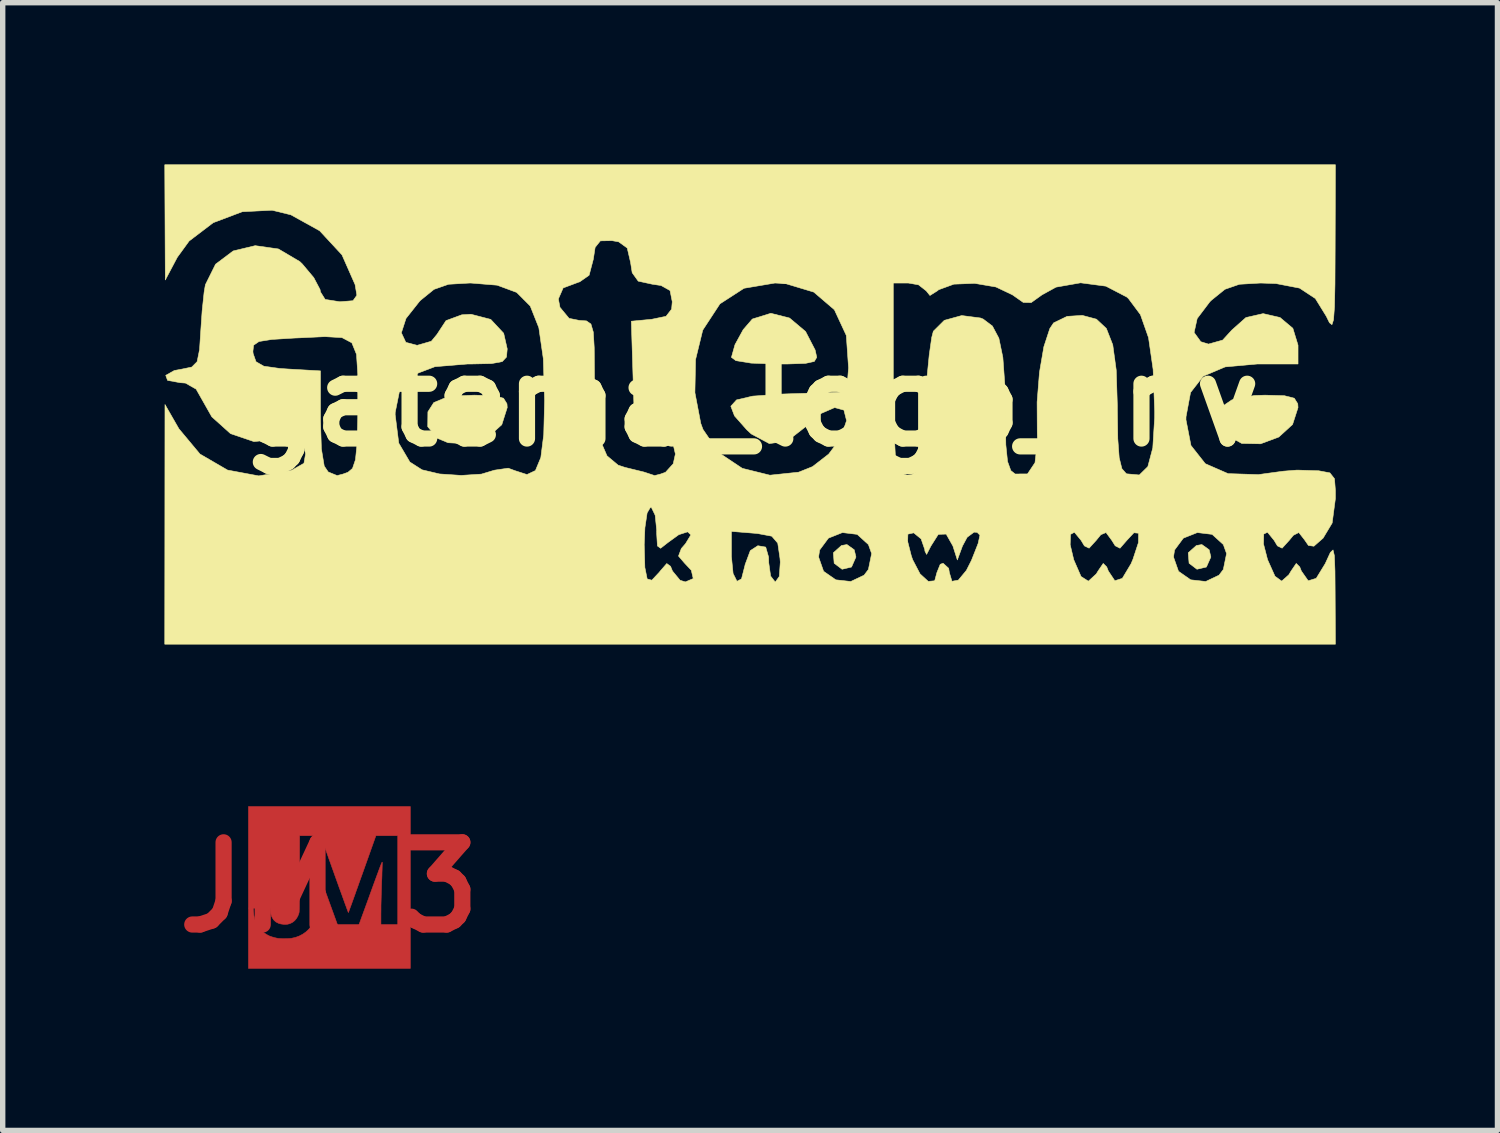
<source format=kicad_pcb>
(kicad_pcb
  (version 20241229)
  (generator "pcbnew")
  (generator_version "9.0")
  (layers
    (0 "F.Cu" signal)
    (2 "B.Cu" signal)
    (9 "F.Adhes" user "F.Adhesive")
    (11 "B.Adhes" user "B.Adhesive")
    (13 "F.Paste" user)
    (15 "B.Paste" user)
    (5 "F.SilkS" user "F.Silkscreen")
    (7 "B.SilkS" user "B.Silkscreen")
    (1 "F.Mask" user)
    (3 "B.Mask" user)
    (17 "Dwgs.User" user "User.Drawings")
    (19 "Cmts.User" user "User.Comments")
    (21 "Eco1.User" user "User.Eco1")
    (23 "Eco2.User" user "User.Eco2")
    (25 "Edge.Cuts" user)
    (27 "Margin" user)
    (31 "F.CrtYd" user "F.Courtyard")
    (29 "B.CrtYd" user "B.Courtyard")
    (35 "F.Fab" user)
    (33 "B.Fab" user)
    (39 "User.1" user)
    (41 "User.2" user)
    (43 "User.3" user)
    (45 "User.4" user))
  (footprint "gatema_logo_inv"
    (layer "F.Cu")
    (at 10.858 4.392)
    (property "Reference" "gatema_logo_inv" (at 0 0 0) (layer "F.SilkS") (effects (font (size 1.524 1.524) (thickness 0.3))))
    (attr through_hole)
    (fp_poly (pts (xy 1.931 2.752) (xy 1.963 2.886) (xy 1.881 3.072) (xy 1.706 3.113) (xy 1.559 3.002) (xy 1.544 2.808) (xy 1.694 2.673) (xy 1.796 2.655) (xy 1.931 2.752)) (stroke (width 0.01) (type solid)) (fill yes) (layer "F.SilkS"))
    (fp_poly (pts (xy 8.512 2.752) (xy 8.544 2.886) (xy 8.461 3.072) (xy 8.286 3.113) (xy 8.14 3.002) (xy 8.124 2.808) (xy 8.275 2.673) (xy 8.377 2.655) (xy 8.512 2.752)) (stroke (width 0.01) (type solid)) (fill yes) (layer "F.SilkS"))
    (fp_poly (pts (xy 9.907 -0.105) (xy 10.091 -0.058) (xy 10.155 0.045) (xy 10.16 0.115) (xy 10.059 0.428) (xy 9.804 0.661) (xy 9.466 0.787) (xy 9.116 0.78) (xy 8.841 0.627) (xy 8.663 0.356) (xy 8.699 0.132) (xy 8.934 -0.028) (xy 9.352 -0.109) (xy 9.548 -0.115) (xy 9.907 -0.105)) (stroke (width 0.01) (type solid)) (fill yes) (layer "F.SilkS"))
    (fp_poly (pts (xy -4.756 -0.105) (xy -4.572 -0.058) (xy -4.508 0.045) (xy -4.503 0.115) (xy -4.604 0.433) (xy -4.864 0.667) (xy -5.218 0.788) (xy -5.6 0.767) (xy -5.802 0.683) (xy -5.977 0.469) (xy -5.974 0.194) (xy -5.865 0.023) (xy -5.677 -0.056) (xy -5.347 -0.106) (xy -5.115 -0.115) (xy -4.756 -0.105)) (stroke (width 0.01) (type solid)) (fill yes) (layer "F.SilkS"))
    (fp_poly (pts (xy 0.732 -1.545) (xy 1.029 -1.295) (xy 1.206 -0.953) (xy 1.236 -0.817) (xy 1.191 -0.74) (xy 1.026 -0.704) (xy 0.698 -0.693) (xy 0.47 -0.693) (xy 0.019 -0.709) (xy -0.263 -0.755) (xy -0.346 -0.816) (xy -0.28 -1.051) (xy -0.128 -1.329) (xy 0.039 -1.523) (xy 0.046 -1.528) (xy 0.385 -1.633) (xy 0.732 -1.545)) (stroke (width 0.01) (type solid)) (fill yes) (layer "F.SilkS"))
    (fp_poly (pts (xy 10.848 -2.8) (xy 10.845 -2.175) (xy 10.836 -1.754) (xy 10.818 -1.512) (xy 10.789 -1.422) (xy 10.743 -1.458) (xy 10.684 -1.578) (xy 10.481 -1.907) (xy 10.188 -2.1) (xy 9.753 -2.184) (xy 9.466 -2.194) (xy 9.073 -2.171) (xy 8.805 -2.078) (xy 8.554 -1.875) (xy 8.526 -1.848) (xy 8.29 -1.536) (xy 8.233 -1.277) (xy 8.357 -1.106) (xy 8.499 -1.062) (xy 8.763 -1.136) (xy 8.933 -1.322) (xy 9.194 -1.554) (xy 9.513 -1.627) (xy 9.826 -1.555) (xy 10.064 -1.355) (xy 10.16 -1.041) (xy 10.16 -1.035) (xy 10.16 -0.693) (xy 9.404 -0.693) (xy 8.809 -0.639) (xy 8.403 -0.467) (xy 8.167 -0.164) (xy 8.083 0.286) (xy 8.082 0.341) (xy 8.175 0.819) (xy 8.441 1.156) (xy 8.863 1.34) (xy 9.424 1.358) (xy 9.554 1.34) (xy 9.885 1.295) (xy 10.135 1.275) (xy 10.16 1.275) (xy 10.544 1.287) (xy 10.751 1.326) (xy 10.836 1.434) (xy 10.853 1.652) (xy 10.853 1.802) (xy 10.793 2.256) (xy 10.625 2.536) (xy 10.454 2.686) (xy 10.353 2.672) (xy 10.279 2.565) (xy 10.175 2.432) (xy 10.074 2.483) (xy 9.997 2.577) (xy 9.865 2.722) (xy 9.778 2.68) (xy 9.717 2.578) (xy 9.594 2.426) (xy 9.524 2.461) (xy 9.52 2.645) (xy 9.595 2.935) (xy 9.733 3.243) (xy 9.857 3.333) (xy 9.989 3.216) (xy 10.031 3.146) (xy 10.127 3.005) (xy 10.192 3.07) (xy 10.222 3.146) (xy 10.349 3.327) (xy 10.498 3.281) (xy 10.665 3.008) (xy 10.681 2.973) (xy 10.76 2.801) (xy 10.809 2.755) (xy 10.834 2.861) (xy 10.845 3.147) (xy 10.848 3.55) (xy 10.853 4.503) (xy -10.853 4.503) (xy -10.851 2.655) (xy -1.963 2.655) (xy -1.951 3.08) (xy -1.908 3.293) (xy -1.822 3.316) (xy -1.682 3.167) (xy -1.666 3.146) (xy -1.545 3.007) (xy -1.475 3.058) (xy -1.439 3.146) (xy -1.298 3.317) (xy -1.2 3.348) (xy -1.054 3.286) (xy -1.09 3.132) (xy -1.215 2.999) (xy -1.318 2.879) (xy -0.346 2.879) (xy -0.315 3.192) (xy -0.243 3.336) (xy -0.159 3.292) (xy -0.095 3.042) (xy -0.094 3.032) (xy 0.004 2.768) (xy 0.144 2.677) (xy 0.29 2.702) (xy 0.343 2.887) (xy 0.346 2.993) (xy 0.381 3.24) (xy 0.465 3.348) (xy 0.469 3.348) (xy 0.542 3.246) (xy 0.56 2.981) (xy 0.555 2.915) (xy 0.551 2.886) (xy 1.27 2.886) (xy 1.363 3.151) (xy 1.59 3.309) (xy 1.867 3.34) (xy 2.114 3.223) (xy 2.194 3.117) (xy 2.254 2.822) (xy 2.194 2.655) (xy 2.132 2.599) (xy 2.922 2.599) (xy 2.989 2.862) (xy 3.014 2.935) (xy 3.152 3.199) (xy 3.304 3.338) (xy 3.423 3.327) (xy 3.464 3.175) (xy 3.526 3.021) (xy 3.579 3.002) (xy 3.682 3.095) (xy 3.695 3.175) (xy 3.743 3.336) (xy 3.861 3.315) (xy 4.011 3.134) (xy 4.105 2.948) (xy 4.22 2.657) (xy 5.935 2.657) (xy 6.001 2.936) (xy 6.137 3.248) (xy 6.273 3.334) (xy 6.419 3.2) (xy 6.452 3.146) (xy 6.548 3.005) (xy 6.613 3.07) (xy 6.643 3.146) (xy 6.763 3.326) (xy 6.902 3.282) (xy 7.064 3.011) (xy 7.1 2.926) (xy 7.113 2.886) (xy 7.851 2.886) (xy 7.944 3.151) (xy 8.17 3.309) (xy 8.448 3.34) (xy 8.695 3.223) (xy 8.775 3.117) (xy 8.835 2.822) (xy 8.775 2.655) (xy 8.567 2.466) (xy 8.293 2.433) (xy 8.034 2.536) (xy 7.871 2.756) (xy 7.851 2.886) (xy 7.113 2.886) (xy 7.201 2.619) (xy 7.203 2.445) (xy 7.117 2.436) (xy 6.986 2.577) (xy 6.859 2.723) (xy 6.77 2.678) (xy 6.707 2.577) (xy 6.6 2.432) (xy 6.503 2.473) (xy 6.418 2.577) (xy 6.286 2.722) (xy 6.199 2.68) (xy 6.138 2.578) (xy 6.014 2.427) (xy 5.942 2.466) (xy 5.935 2.657) (xy 4.22 2.657) (xy 4.228 2.636) (xy 4.262 2.481) (xy 4.21 2.429) (xy 4.153 2.425) (xy 4.025 2.52) (xy 3.938 2.682) (xy 3.843 2.94) (xy 3.761 2.682) (xy 3.636 2.461) (xy 3.49 2.466) (xy 3.352 2.684) (xy 3.273 2.838) (xy 3.241 2.775) (xy 3.24 2.749) (xy 3.171 2.55) (xy 3.034 2.438) (xy 2.926 2.462) (xy 2.922 2.599) (xy 2.132 2.599) (xy 1.986 2.466) (xy 1.712 2.433) (xy 1.453 2.536) (xy 1.29 2.756) (xy 1.27 2.886) (xy 0.551 2.886) (xy 0.513 2.629) (xy 0.402 2.5) (xy 0.146 2.452) (xy 0.087 2.446) (xy -0.346 2.411) (xy -0.346 2.879) (xy -1.318 2.879) (xy -1.327 2.868) (xy -1.275 2.729) (xy -1.197 2.639) (xy -1.098 2.476) (xy -1.157 2.419) (xy -1.322 2.472) (xy -1.521 2.616) (xy -1.659 2.724) (xy -1.718 2.681) (xy -1.732 2.451) (xy -1.732 2.385) (xy -1.76 2.111) (xy -1.829 1.968) (xy -1.847 1.963) (xy -1.909 2.068) (xy -1.95 2.343) (xy -1.963 2.655) (xy -10.851 2.655) (xy -10.849 0.058) (xy -10.591 0.508) (xy -10.2 0.977) (xy -9.689 1.274) (xy -9.11 1.382) (xy -8.514 1.281) (xy -8.486 1.27) (xy -8.272 1.148) (xy -8.242 0.972) (xy -8.262 0.895) (xy -8.335 0.676) (xy -8.426 0.608) (xy -8.619 0.656) (xy -8.743 0.699) (xy -9.199 0.746) (xy -9.634 0.598) (xy -9.981 0.286) (xy -10.108 0.062) (xy -10.271 -0.226) (xy -10.469 -0.339) (xy -10.566 -0.346) (xy -10.801 -0.389) (xy -10.835 -0.482) (xy -10.676 -0.572) (xy -10.535 -0.598) (xy -10.352 -0.636) (xy -10.253 -0.736) (xy -10.215 -0.924) (xy -9.219 -0.924) (xy -9.214 -0.885) (xy -9.161 -0.735) (xy -9.016 -0.652) (xy -8.72 -0.61) (xy -8.572 -0.6) (xy -7.966 -0.565) (xy -7.966 0.343) (xy -7.949 0.88) (xy -7.896 1.2) (xy -7.822 1.309) (xy -7.677 1.368) (xy -7.658 1.376) (xy -7.551 1.349) (xy -7.456 1.315) (xy -7.372 1.244) (xy -7.317 1.082) (xy -7.287 0.787) (xy -7.275 0.321) (xy -7.274 0.247) (xy -6.581 0.247) (xy -6.514 0.775) (xy -6.308 1.125) (xy -6.083 1.269) (xy -5.758 1.346) (xy -5.357 1.373) (xy -4.982 1.349) (xy -4.74 1.276) (xy -4.485 1.239) (xy -4.357 1.286) (xy -4.137 1.357) (xy -3.98 1.283) (xy -3.88 1.042) (xy -3.826 0.615) (xy -3.81 -0.018) (xy -3.834 -0.792) (xy -3.917 -1.366) (xy -4.076 -1.767) (xy -4.207 -1.899) (xy -3.555 -1.899) (xy -3.525 -1.743) (xy -3.356 -1.539) (xy -3.167 -1.501) (xy -3.034 -1.492) (xy -2.951 -1.434) (xy -2.907 -1.284) (xy -2.89 -0.997) (xy -2.886 -0.528) (xy -2.886 -0.467) (xy -2.864 0.214) (xy -2.789 0.696) (xy -2.653 1.01) (xy -2.446 1.183) (xy -2.318 1.225) (xy -1.97 1.31) (xy -1.77 1.376) (xy -1.663 1.349) (xy -1.568 1.315) (xy -1.425 1.157) (xy -1.385 0.976) (xy -1.43 0.782) (xy -1.608 0.693) (xy -1.761 0.671) (xy -2.136 0.635) (xy -2.161 -0.161) (xy -1.023 -0.161) (xy -0.914 0.41) (xy -0.873 0.521) (xy -0.577 0.953) (xy -0.144 1.242) (xy 0.368 1.369) (xy 0.901 1.313) (xy 1.158 1.21) (xy 1.457 0.978) (xy 1.677 0.687) (xy 1.789 0.357) (xy 1.74 0.162) (xy 1.568 0.115) (xy 1.306 0.229) (xy 1.039 0.462) (xy 0.69 0.736) (xy 0.357 0.783) (xy 0.022 0.604) (xy -0.063 0.525) (xy -0.289 0.269) (xy -0.357 0.09) (xy -0.251 -0.027) (xy 0.047 -0.097) (xy 0.554 -0.134) (xy 0.722 -0.14) (xy 1.79 -0.173) (xy 1.826 -0.621) (xy 1.784 -1.223) (xy 1.563 -1.699) (xy 1.181 -2.026) (xy 0.659 -2.183) (xy 0.462 -2.194) (xy 2.655 -2.194) (xy 2.655 -0.481) (xy 2.661 0.126) (xy 2.675 0.65) (xy 2.696 1.047) (xy 2.723 1.276) (xy 2.736 1.312) (xy 2.909 1.366) (xy 2.996 1.359) (xy 3.082 1.298) (xy 3.144 1.128) (xy 3.191 0.811) (xy 3.23 0.312) (xy 3.241 0.114) (xy 3.277 -0.41) (xy 3.322 -0.863) (xy 3.368 -1.185) (xy 3.398 -1.3) (xy 3.601 -1.502) (xy 3.924 -1.591) (xy 4.272 -1.546) (xy 4.322 -1.526) (xy 4.493 -1.397) (xy 4.613 -1.171) (xy 4.687 -0.814) (xy 4.725 -0.29) (xy 4.734 0.307) (xy 4.742 0.805) (xy 4.774 1.116) (xy 4.835 1.284) (xy 4.915 1.347) (xy 5.144 1.345) (xy 5.283 1.137) (xy 5.329 0.729) (xy 5.325 0.58) (xy 5.322 0.013) (xy 5.366 -0.538) (xy 5.447 -1.012) (xy 5.558 -1.35) (xy 5.628 -1.455) (xy 5.878 -1.576) (xy 6.16 -1.594) (xy 6.422 -1.524) (xy 6.606 -1.352) (xy 6.725 -1.048) (xy 6.789 -0.58) (xy 6.81 0.084) (xy 6.81 0.148) (xy 6.818 0.692) (xy 6.844 1.045) (xy 6.894 1.248) (xy 6.973 1.338) (xy 6.986 1.344) (xy 7.217 1.365) (xy 7.375 1.21) (xy 7.467 0.863) (xy 7.501 0.31) (xy 7.502 0.188) (xy 7.473 -0.593) (xy 7.388 -1.181) (xy 7.238 -1.608) (xy 7.016 -1.906) (xy 6.985 -1.934) (xy 6.597 -2.136) (xy 6.128 -2.198) (xy 5.673 -2.118) (xy 5.413 -1.975) (xy 5.212 -1.831) (xy 5.066 -1.834) (xy 4.865 -1.975) (xy 4.558 -2.121) (xy 4.164 -2.188) (xy 3.779 -2.173) (xy 3.497 -2.07) (xy 3.472 -2.049) (xy 3.335 -1.963) (xy 3.266 -2.049) (xy 3.123 -2.161) (xy 2.934 -2.194) (xy 2.655 -2.194) (xy 0.462 -2.194) (xy -0.112 -2.097) (xy -0.559 -1.808) (xy -0.872 -1.33) (xy -0.88 -1.312) (xy -1.011 -0.775) (xy -1.023 -0.161) (xy -2.161 -0.161) (xy -2.169 -0.425) (xy -2.202 -1.486) (xy -1.823 -1.522) (xy -1.558 -1.577) (xy -1.455 -1.71) (xy -1.443 -1.847) (xy -1.484 -2.055) (xy -1.65 -2.148) (xy -1.812 -2.172) (xy -2.074 -2.229) (xy -2.186 -2.385) (xy -2.216 -2.576) (xy -2.278 -2.843) (xy -2.437 -2.958) (xy -2.561 -2.98) (xy -2.776 -2.976) (xy -2.873 -2.855) (xy -2.907 -2.634) (xy -2.985 -2.338) (xy -3.161 -2.215) (xy -3.175 -2.212) (xy -3.466 -2.103) (xy -3.555 -1.899) (xy -4.207 -1.899) (xy -4.328 -2.02) (xy -4.69 -2.154) (xy -5.179 -2.194) (xy -5.197 -2.194) (xy -5.591 -2.171) (xy -5.86 -2.077) (xy -6.109 -1.875) (xy -6.128 -1.856) (xy -6.38 -1.537) (xy -6.466 -1.271) (xy -6.383 -1.094) (xy -6.173 -1.039) (xy -5.91 -1.115) (xy -5.806 -1.241) (xy -5.638 -1.497) (xy -5.345 -1.605) (xy -5.175 -1.615) (xy -4.809 -1.52) (xy -4.569 -1.263) (xy -4.503 -0.973) (xy -4.517 -0.821) (xy -4.596 -0.737) (xy -4.792 -0.701) (xy -5.157 -0.693) (xy -5.238 -0.693) (xy -5.843 -0.643) (xy -6.257 -0.486) (xy -6.497 -0.208) (xy -6.58 0.204) (xy -6.581 0.247) (xy -7.274 0.247) (xy -7.274 0.054) (xy -7.274 -0.506) (xy -7.298 -0.873) (xy -7.384 -1.085) (xy -7.567 -1.182) (xy -7.884 -1.2) (xy -8.371 -1.177) (xy -8.448 -1.174) (xy -8.868 -1.148) (xy -9.105 -1.11) (xy -9.206 -1.041) (xy -9.219 -0.924) (xy -10.215 -0.924) (xy -10.208 -0.958) (xy -10.188 -1.27) (xy -10.16 -1.678) (xy -10.123 -2.026) (xy -10.1 -2.162) (xy -9.911 -2.543) (xy -9.584 -2.789) (xy -9.176 -2.887) (xy -8.746 -2.826) (xy -8.349 -2.592) (xy -8.304 -2.549) (xy -8.09 -2.294) (xy -7.974 -2.074) (xy -7.966 -2.029) (xy -7.879 -1.89) (xy -7.607 -1.847) (xy -7.363 -1.866) (xy -7.291 -1.967) (xy -7.324 -2.165) (xy -7.567 -2.716) (xy -7.981 -3.163) (xy -8.515 -3.459) (xy -8.863 -3.544) (xy -9.416 -3.516) (xy -9.954 -3.313) (xy -10.401 -2.973) (xy -10.62 -2.672) (xy -10.843 -2.251) (xy -10.848 -3.319) (xy -10.853 -4.387) (xy 10.853 -4.387) (xy 10.848 -2.8)) (stroke (width 0.01) (type solid)) (fill yes) (layer "F.SilkS")))
  (footprint "JM_3"
    (layer "F.Cu")
    (at 3.055 13.403)
    (property "Reference" "JM_3" (at 0 0 0) (layer "F.Cu") (effects (font (size 1.524 1.524) (thickness 0.3))))
    (attr through_hole)
    (fp_poly (pts (xy 1.503 1.503) (xy -1.498 1.503) (xy -1.498 0.386) (xy -1.409 0.386) (xy -1.406 0.443) (xy -1.397 0.524) (xy -1.379 0.598) (xy -1.353 0.666) (xy -1.319 0.727) (xy -1.277 0.782) (xy -1.228 0.83) (xy -1.17 0.87) (xy -1.119 0.898) (xy -1.089 0.91) (xy -1.052 0.922) (xy -1.012 0.933) (xy -0.973 0.942) (xy -0.945 0.947) (xy -0.917 0.949) (xy -0.882 0.951) (xy -0.843 0.952) (xy -0.802 0.951) (xy -0.763 0.95) (xy -0.728 0.948) (xy -0.701 0.945) (xy -0.701 0.945) (xy -0.625 0.928) (xy -0.555 0.902) (xy -0.49 0.868) (xy -0.432 0.827) (xy -0.38 0.778) (xy -0.336 0.722) (xy -0.333 0.718) (xy -0.304 0.67) (xy -0.281 0.619) (xy -0.261 0.563) (xy -0.255 0.54) (xy -0.241 0.489) (xy -0.239 0.056) (xy -0.237 -0.378) (xy 0.236 0.923) (xy 0.467 0.923) (xy 0.725 0.217) (xy 0.76 0.119) (xy 0.792 0.031) (xy 0.821 -0.049) (xy 0.847 -0.12) (xy 0.87 -0.182) (xy 0.89 -0.237) (xy 0.908 -0.285) (xy 0.923 -0.326) (xy 0.936 -0.361) (xy 0.947 -0.39) (xy 0.956 -0.413) (xy 0.964 -0.432) (xy 0.97 -0.446) (xy 0.974 -0.456) (xy 0.978 -0.463) (xy 0.98 -0.466) (xy 0.982 -0.467) (xy 0.983 -0.466) (xy 0.983 -0.463) (xy 0.983 -0.462) (xy 0.983 -0.452) (xy 0.983 -0.432) (xy 0.982 -0.404) (xy 0.981 -0.368) (xy 0.98 -0.325) (xy 0.978 -0.277) (xy 0.977 -0.223) (xy 0.975 -0.166) (xy 0.972 -0.106) (xy 0.971 -0.076) (xy 0.968 0.02) (xy 0.965 0.107) (xy 0.963 0.188) (xy 0.961 0.265) (xy 0.959 0.341) (xy 0.959 0.417) (xy 0.958 0.497) (xy 0.958 0.581) (xy 0.958 0.605) (xy 0.958 0.926) (xy 1.27 0.926) (xy 1.27 -0.958) (xy 1.068 -0.958) (xy 0.865 -0.958) (xy 0.612 -0.247) (xy 0.582 -0.164) (xy 0.553 -0.083) (xy 0.526 -0.006) (xy 0.499 0.068) (xy 0.475 0.137) (xy 0.452 0.201) (xy 0.431 0.259) (xy 0.412 0.312) (xy 0.395 0.358) (xy 0.381 0.396) (xy 0.37 0.427) (xy 0.362 0.449) (xy 0.357 0.463) (xy 0.355 0.467) (xy 0.353 0.463) (xy 0.347 0.449) (xy 0.339 0.426) (xy 0.327 0.395) (xy 0.313 0.356) (xy 0.296 0.311) (xy 0.277 0.258) (xy 0.256 0.2) (xy 0.233 0.136) (xy 0.208 0.067) (xy 0.181 -0.006) (xy 0.154 -0.083) (xy 0.125 -0.163) (xy 0.106 -0.216) (xy 0.077 -0.298) (xy 0.048 -0.378) (xy 0.021 -0.455) (xy -0.006 -0.528) (xy -0.03 -0.598) (xy -0.053 -0.662) (xy -0.074 -0.721) (xy -0.093 -0.774) (xy -0.11 -0.82) (xy -0.124 -0.859) (xy -0.135 -0.89) (xy -0.143 -0.913) (xy -0.148 -0.926) (xy -0.149 -0.93) (xy -0.16 -0.958) (xy -0.55 -0.958) (xy -0.552 -0.255) (xy -0.552 -0.154) (xy -0.552 -0.064) (xy -0.552 0.018) (xy -0.553 0.09) (xy -0.553 0.154) (xy -0.553 0.211) (xy -0.553 0.26) (xy -0.554 0.302) (xy -0.554 0.338) (xy -0.555 0.369) (xy -0.555 0.394) (xy -0.556 0.415) (xy -0.557 0.432) (xy -0.557 0.446) (xy -0.558 0.456) (xy -0.559 0.465) (xy -0.561 0.471) (xy -0.562 0.477) (xy -0.562 0.479) (xy -0.582 0.532) (xy -0.609 0.578) (xy -0.641 0.617) (xy -0.679 0.647) (xy -0.699 0.658) (xy -0.737 0.675) (xy -0.775 0.684) (xy -0.815 0.687) (xy -0.844 0.686) (xy -0.898 0.679) (xy -0.946 0.664) (xy -0.988 0.642) (xy -1.022 0.613) (xy -1.037 0.594) (xy -1.054 0.567) (xy -1.068 0.539) (xy -1.078 0.508) (xy -1.086 0.47) (xy -1.092 0.425) (xy -1.093 0.417) (xy -1.096 0.386) (xy -1.409 0.386) (xy -1.498 0.386) (xy -1.498 -1.498) (xy 1.503 -1.498) (xy 1.503 1.503)) (stroke (width 0.01) (type solid)) (fill yes) (layer "F.Cu")))
  (gr_rect
    (start -3 -3)
    (end 24.716 17.91)
    (stroke (width 0.1) (type default))
    (fill no)
    (layer "Edge.Cuts")))
</source>
